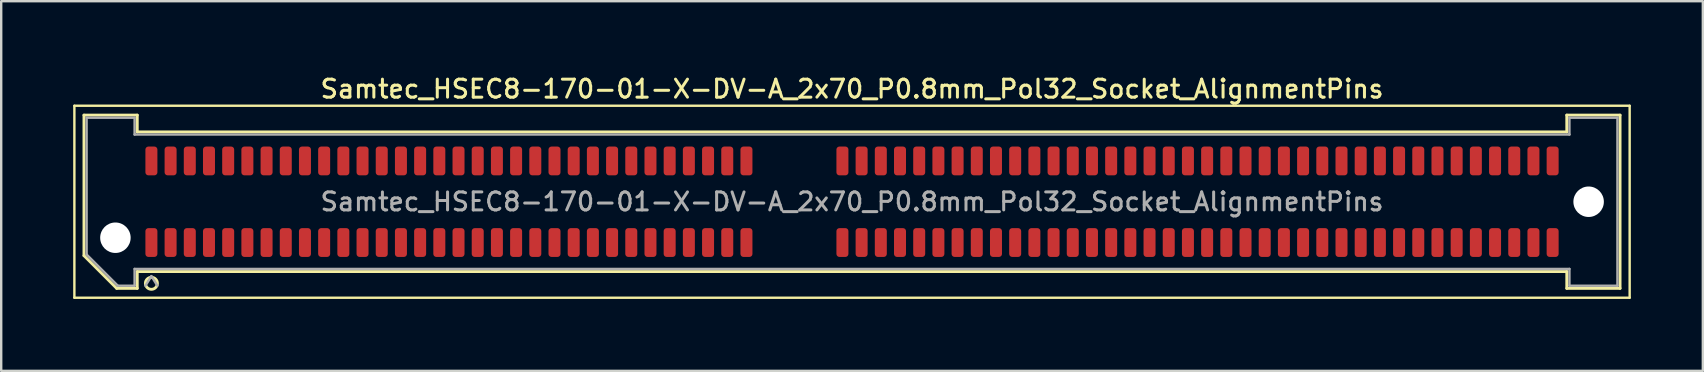
<source format=kicad_pcb>
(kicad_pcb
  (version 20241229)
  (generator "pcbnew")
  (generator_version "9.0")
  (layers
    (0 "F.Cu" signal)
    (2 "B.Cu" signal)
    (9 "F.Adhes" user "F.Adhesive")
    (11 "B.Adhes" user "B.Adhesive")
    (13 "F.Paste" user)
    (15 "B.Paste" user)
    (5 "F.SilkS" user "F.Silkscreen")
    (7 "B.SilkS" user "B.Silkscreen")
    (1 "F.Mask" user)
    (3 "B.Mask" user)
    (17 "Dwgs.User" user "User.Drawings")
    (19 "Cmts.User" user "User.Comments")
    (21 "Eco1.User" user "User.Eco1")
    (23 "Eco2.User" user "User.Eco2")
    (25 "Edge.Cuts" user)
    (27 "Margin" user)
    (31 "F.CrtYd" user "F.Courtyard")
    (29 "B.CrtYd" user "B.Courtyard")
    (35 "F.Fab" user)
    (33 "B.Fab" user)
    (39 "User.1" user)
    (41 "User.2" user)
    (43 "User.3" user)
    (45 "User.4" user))
  (footprint "Samtec_HSEC8-170-01-X-DV-A_2x70_P0.8mm_Pol32_Socket_AlignmentPins"
    (layer "F.Cu")
    (at 32.46 5.358)
    (property "Reference" "Samtec_HSEC8-170-01-X-DV-A_2x70_P0.8mm_Pol32_Socket_AlignmentPins" (at 0 -4.7 0) (layer "F.SilkS") (effects (font (size 0.75 0.75) (thickness 0.125))))
    (attr smd)
    (fp_line (start -32.41 -4) (end -32.41 4) (stroke (width 0.1) (type solid)) (layer "F.SilkS"))
    (fp_line (start -32.41 4) (end 32.41 4) (stroke (width 0.1) (type solid)) (layer "F.SilkS"))
    (fp_line (start -32.01 -3.61) (end -29.79 -3.61) (stroke (width 0.12) (type solid)) (layer "F.SilkS"))
    (fp_line (start -32.01 2.246) (end -32.01 -3.61) (stroke (width 0.12) (type solid)) (layer "F.SilkS"))
    (fp_line (start -30.646 3.61) (end -32.01 2.246) (stroke (width 0.12) (type solid)) (layer "F.SilkS"))
    (fp_line (start -29.79 -3.61) (end -29.79 -2.91) (stroke (width 0.12) (type solid)) (layer "F.SilkS"))
    (fp_line (start -29.79 -2.91) (end 29.79 -2.91) (stroke (width 0.12) (type solid)) (layer "F.SilkS"))
    (fp_line (start -29.79 2.91) (end -29.79 3.61) (stroke (width 0.12) (type solid)) (layer "F.SilkS"))
    (fp_line (start -29.79 3.61) (end -30.646 3.61) (stroke (width 0.12) (type solid)) (layer "F.SilkS"))
    (fp_line (start 29.79 -3.61) (end 32.01 -3.61) (stroke (width 0.12) (type solid)) (layer "F.SilkS"))
    (fp_line (start 29.79 -2.91) (end 29.79 -3.61) (stroke (width 0.12) (type solid)) (layer "F.SilkS"))
    (fp_line (start 29.79 2.91) (end -29.79 2.91) (stroke (width 0.12) (type solid)) (layer "F.SilkS"))
    (fp_line (start 29.79 3.61) (end 29.79 2.91) (stroke (width 0.12) (type solid)) (layer "F.SilkS"))
    (fp_line (start 32.01 -3.61) (end 32.01 3.61) (stroke (width 0.12) (type solid)) (layer "F.SilkS"))
    (fp_line (start 32.01 3.61) (end 29.79 3.61) (stroke (width 0.12) (type solid)) (layer "F.SilkS"))
    (fp_line (start 32.41 -4) (end -32.41 -4) (stroke (width 0.1) (type solid)) (layer "F.SilkS"))
    (fp_line (start 32.41 4) (end 32.41 -4) (stroke (width 0.1) (type solid)) (layer "F.SilkS"))
    (fp_arc (start -28.95 3.4) (mid -29.45 3.4) (end -28.95 3.4) (stroke (width 0.12) (type solid)) (layer "F.SilkS"))
    (fp_line (start -31.9 -3.5) (end -29.9 -3.5) (stroke (width 0.1) (type solid)) (layer "F.Fab"))
    (fp_line (start -31.9 2.2) (end -31.9 -3.5) (stroke (width 0.1) (type solid)) (layer "F.Fab"))
    (fp_line (start -30.6 3.5) (end -31.9 2.2) (stroke (width 0.1) (type solid)) (layer "F.Fab"))
    (fp_line (start -29.9 -3.5) (end -29.9 -2.8) (stroke (width 0.1) (type solid)) (layer "F.Fab"))
    (fp_line (start -29.9 -2.8) (end 29.9 -2.8) (stroke (width 0.1) (type solid)) (layer "F.Fab"))
    (fp_line (start -29.9 2.8) (end -29.9 3.5) (stroke (width 0.1) (type solid)) (layer "F.Fab"))
    (fp_line (start -29.9 3.5) (end -30.6 3.5) (stroke (width 0.1) (type solid)) (layer "F.Fab"))
    (fp_line (start -29.2 3.1) (end -29.45 3.5) (stroke (width 0.1) (type solid)) (layer "F.Fab"))
    (fp_line (start -29.2 3.1) (end -28.95 3.5) (stroke (width 0.1) (type solid)) (layer "F.Fab"))
    (fp_line (start 29.9 -3.5) (end 31.9 -3.5) (stroke (width 0.1) (type solid)) (layer "F.Fab"))
    (fp_line (start 29.9 -2.8) (end 29.9 -3.5) (stroke (width 0.1) (type solid)) (layer "F.Fab"))
    (fp_line (start 29.9 2.8) (end -29.9 2.8) (stroke (width 0.1) (type solid)) (layer "F.Fab"))
    (fp_line (start 29.9 3.5) (end 29.9 2.8) (stroke (width 0.1) (type solid)) (layer "F.Fab"))
    (fp_line (start 31.9 -3.5) (end 31.9 3.5) (stroke (width 0.1) (type solid)) (layer "F.Fab"))
    (fp_line (start 31.9 3.5) (end 29.9 3.5) (stroke (width 0.1) (type solid)) (layer "F.Fab"))
    (fp_text user "${REFERENCE}" (at 0 0 0) (layer "F.Fab") (effects (font (size 0.75 0.75) (thickness 0.125))))
    (pad "" np_thru_hole circle (at -30.7 1.5) (size 1.27 1.27) (drill 1.27) (layers "*.Cu" "*.Mask"))
    (pad "" np_thru_hole circle (at 30.7 0) (size 1.27 1.27) (drill 1.27) (layers "*.Cu" "*.Mask"))
    (pad "1" smd roundrect (at -29.2 1.7) (size 0.5 1.2) (layers "F.Cu" "F.Mask" "F.Paste") (roundrect_rratio 0.25))
    (pad "2" smd roundrect (at -29.2 -1.7) (size 0.5 1.2) (layers "F.Cu" "F.Mask" "F.Paste") (roundrect_rratio 0.25))
    (pad "3" smd roundrect (at -28.4 1.7) (size 0.5 1.2) (layers "F.Cu" "F.Mask" "F.Paste") (roundrect_rratio 0.25))
    (pad "4" smd roundrect (at -28.4 -1.7) (size 0.5 1.2) (layers "F.Cu" "F.Mask" "F.Paste") (roundrect_rratio 0.25))
    (pad "5" smd roundrect (at -27.6 1.7) (size 0.5 1.2) (layers "F.Cu" "F.Mask" "F.Paste") (roundrect_rratio 0.25))
    (pad "6" smd roundrect (at -27.6 -1.7) (size 0.5 1.2) (layers "F.Cu" "F.Mask" "F.Paste") (roundrect_rratio 0.25))
    (pad "7" smd roundrect (at -26.8 1.7) (size 0.5 1.2) (layers "F.Cu" "F.Mask" "F.Paste") (roundrect_rratio 0.25))
    (pad "8" smd roundrect (at -26.8 -1.7) (size 0.5 1.2) (layers "F.Cu" "F.Mask" "F.Paste") (roundrect_rratio 0.25))
    (pad "9" smd roundrect (at -26 1.7) (size 0.5 1.2) (layers "F.Cu" "F.Mask" "F.Paste") (roundrect_rratio 0.25))
    (pad "10" smd roundrect (at -26 -1.7) (size 0.5 1.2) (layers "F.Cu" "F.Mask" "F.Paste") (roundrect_rratio 0.25))
    (pad "11" smd roundrect (at -25.2 1.7) (size 0.5 1.2) (layers "F.Cu" "F.Mask" "F.Paste") (roundrect_rratio 0.25))
    (pad "12" smd roundrect (at -25.2 -1.7) (size 0.5 1.2) (layers "F.Cu" "F.Mask" "F.Paste") (roundrect_rratio 0.25))
    (pad "13" smd roundrect (at -24.4 1.7) (size 0.5 1.2) (layers "F.Cu" "F.Mask" "F.Paste") (roundrect_rratio 0.25))
    (pad "14" smd roundrect (at -24.4 -1.7) (size 0.5 1.2) (layers "F.Cu" "F.Mask" "F.Paste") (roundrect_rratio 0.25))
    (pad "15" smd roundrect (at -23.6 1.7) (size 0.5 1.2) (layers "F.Cu" "F.Mask" "F.Paste") (roundrect_rratio 0.25))
    (pad "16" smd roundrect (at -23.6 -1.7) (size 0.5 1.2) (layers "F.Cu" "F.Mask" "F.Paste") (roundrect_rratio 0.25))
    (pad "17" smd roundrect (at -22.8 1.7) (size 0.5 1.2) (layers "F.Cu" "F.Mask" "F.Paste") (roundrect_rratio 0.25))
    (pad "18" smd roundrect (at -22.8 -1.7) (size 0.5 1.2) (layers "F.Cu" "F.Mask" "F.Paste") (roundrect_rratio 0.25))
    (pad "19" smd roundrect (at -22 1.7) (size 0.5 1.2) (layers "F.Cu" "F.Mask" "F.Paste") (roundrect_rratio 0.25))
    (pad "20" smd roundrect (at -22 -1.7) (size 0.5 1.2) (layers "F.Cu" "F.Mask" "F.Paste") (roundrect_rratio 0.25))
    (pad "21" smd roundrect (at -21.2 1.7) (size 0.5 1.2) (layers "F.Cu" "F.Mask" "F.Paste") (roundrect_rratio 0.25))
    (pad "22" smd roundrect (at -21.2 -1.7) (size 0.5 1.2) (layers "F.Cu" "F.Mask" "F.Paste") (roundrect_rratio 0.25))
    (pad "23" smd roundrect (at -20.4 1.7) (size 0.5 1.2) (layers "F.Cu" "F.Mask" "F.Paste") (roundrect_rratio 0.25))
    (pad "24" smd roundrect (at -20.4 -1.7) (size 0.5 1.2) (layers "F.Cu" "F.Mask" "F.Paste") (roundrect_rratio 0.25))
    (pad "25" smd roundrect (at -19.6 1.7) (size 0.5 1.2) (layers "F.Cu" "F.Mask" "F.Paste") (roundrect_rratio 0.25))
    (pad "26" smd roundrect (at -19.6 -1.7) (size 0.5 1.2) (layers "F.Cu" "F.Mask" "F.Paste") (roundrect_rratio 0.25))
    (pad "27" smd roundrect (at -18.8 1.7) (size 0.5 1.2) (layers "F.Cu" "F.Mask" "F.Paste") (roundrect_rratio 0.25))
    (pad "28" smd roundrect (at -18.8 -1.7) (size 0.5 1.2) (layers "F.Cu" "F.Mask" "F.Paste") (roundrect_rratio 0.25))
    (pad "29" smd roundrect (at -18 1.7) (size 0.5 1.2) (layers "F.Cu" "F.Mask" "F.Paste") (roundrect_rratio 0.25))
    (pad "30" smd roundrect (at -18 -1.7) (size 0.5 1.2) (layers "F.Cu" "F.Mask" "F.Paste") (roundrect_rratio 0.25))
    (pad "31" smd roundrect (at -17.2 1.7) (size 0.5 1.2) (layers "F.Cu" "F.Mask" "F.Paste") (roundrect_rratio 0.25))
    (pad "32" smd roundrect (at -17.2 -1.7) (size 0.5 1.2) (layers "F.Cu" "F.Mask" "F.Paste") (roundrect_rratio 0.25))
    (pad "33" smd roundrect (at -16.4 1.7) (size 0.5 1.2) (layers "F.Cu" "F.Mask" "F.Paste") (roundrect_rratio 0.25))
    (pad "34" smd roundrect (at -16.4 -1.7) (size 0.5 1.2) (layers "F.Cu" "F.Mask" "F.Paste") (roundrect_rratio 0.25))
    (pad "35" smd roundrect (at -15.6 1.7) (size 0.5 1.2) (layers "F.Cu" "F.Mask" "F.Paste") (roundrect_rratio 0.25))
    (pad "36" smd roundrect (at -15.6 -1.7) (size 0.5 1.2) (layers "F.Cu" "F.Mask" "F.Paste") (roundrect_rratio 0.25))
    (pad "37" smd roundrect (at -14.8 1.7) (size 0.5 1.2) (layers "F.Cu" "F.Mask" "F.Paste") (roundrect_rratio 0.25))
    (pad "38" smd roundrect (at -14.8 -1.7) (size 0.5 1.2) (layers "F.Cu" "F.Mask" "F.Paste") (roundrect_rratio 0.25))
    (pad "39" smd roundrect (at -14 1.7) (size 0.5 1.2) (layers "F.Cu" "F.Mask" "F.Paste") (roundrect_rratio 0.25))
    (pad "40" smd roundrect (at -14 -1.7) (size 0.5 1.2) (layers "F.Cu" "F.Mask" "F.Paste") (roundrect_rratio 0.25))
    (pad "41" smd roundrect (at -13.2 1.7) (size 0.5 1.2) (layers "F.Cu" "F.Mask" "F.Paste") (roundrect_rratio 0.25))
    (pad "42" smd roundrect (at -13.2 -1.7) (size 0.5 1.2) (layers "F.Cu" "F.Mask" "F.Paste") (roundrect_rratio 0.25))
    (pad "43" smd roundrect (at -12.4 1.7) (size 0.5 1.2) (layers "F.Cu" "F.Mask" "F.Paste") (roundrect_rratio 0.25))
    (pad "44" smd roundrect (at -12.4 -1.7) (size 0.5 1.2) (layers "F.Cu" "F.Mask" "F.Paste") (roundrect_rratio 0.25))
    (pad "45" smd roundrect (at -11.6 1.7) (size 0.5 1.2) (layers "F.Cu" "F.Mask" "F.Paste") (roundrect_rratio 0.25))
    (pad "46" smd roundrect (at -11.6 -1.7) (size 0.5 1.2) (layers "F.Cu" "F.Mask" "F.Paste") (roundrect_rratio 0.25))
    (pad "47" smd roundrect (at -10.8 1.7) (size 0.5 1.2) (layers "F.Cu" "F.Mask" "F.Paste") (roundrect_rratio 0.25))
    (pad "48" smd roundrect (at -10.8 -1.7) (size 0.5 1.2) (layers "F.Cu" "F.Mask" "F.Paste") (roundrect_rratio 0.25))
    (pad "49" smd roundrect (at -10 1.7) (size 0.5 1.2) (layers "F.Cu" "F.Mask" "F.Paste") (roundrect_rratio 0.25))
    (pad "50" smd roundrect (at -10 -1.7) (size 0.5 1.2) (layers "F.Cu" "F.Mask" "F.Paste") (roundrect_rratio 0.25))
    (pad "51" smd roundrect (at -9.2 1.7) (size 0.5 1.2) (layers "F.Cu" "F.Mask" "F.Paste") (roundrect_rratio 0.25))
    (pad "52" smd roundrect (at -9.2 -1.7) (size 0.5 1.2) (layers "F.Cu" "F.Mask" "F.Paste") (roundrect_rratio 0.25))
    (pad "53" smd roundrect (at -8.4 1.7) (size 0.5 1.2) (layers "F.Cu" "F.Mask" "F.Paste") (roundrect_rratio 0.25))
    (pad "54" smd roundrect (at -8.4 -1.7) (size 0.5 1.2) (layers "F.Cu" "F.Mask" "F.Paste") (roundrect_rratio 0.25))
    (pad "55" smd roundrect (at -7.6 1.7) (size 0.5 1.2) (layers "F.Cu" "F.Mask" "F.Paste") (roundrect_rratio 0.25))
    (pad "56" smd roundrect (at -7.6 -1.7) (size 0.5 1.2) (layers "F.Cu" "F.Mask" "F.Paste") (roundrect_rratio 0.25))
    (pad "57" smd roundrect (at -6.8 1.7) (size 0.5 1.2) (layers "F.Cu" "F.Mask" "F.Paste") (roundrect_rratio 0.25))
    (pad "58" smd roundrect (at -6.8 -1.7) (size 0.5 1.2) (layers "F.Cu" "F.Mask" "F.Paste") (roundrect_rratio 0.25))
    (pad "59" smd roundrect (at -6 1.7) (size 0.5 1.2) (layers "F.Cu" "F.Mask" "F.Paste") (roundrect_rratio 0.25))
    (pad "60" smd roundrect (at -6 -1.7) (size 0.5 1.2) (layers "F.Cu" "F.Mask" "F.Paste") (roundrect_rratio 0.25))
    (pad "61" smd roundrect (at -5.2 1.7) (size 0.5 1.2) (layers "F.Cu" "F.Mask" "F.Paste") (roundrect_rratio 0.25))
    (pad "62" smd roundrect (at -5.2 -1.7) (size 0.5 1.2) (layers "F.Cu" "F.Mask" "F.Paste") (roundrect_rratio 0.25))
    (pad "63" smd roundrect (at -4.4 1.7) (size 0.5 1.2) (layers "F.Cu" "F.Mask" "F.Paste") (roundrect_rratio 0.25))
    (pad "64" smd roundrect (at -4.4 -1.7) (size 0.5 1.2) (layers "F.Cu" "F.Mask" "F.Paste") (roundrect_rratio 0.25))
    (pad "65" smd roundrect (at -0.4 1.7) (size 0.5 1.2) (layers "F.Cu" "F.Mask" "F.Paste") (roundrect_rratio 0.25))
    (pad "66" smd roundrect (at -0.4 -1.7) (size 0.5 1.2) (layers "F.Cu" "F.Mask" "F.Paste") (roundrect_rratio 0.25))
    (pad "67" smd roundrect (at 0.4 1.7) (size 0.5 1.2) (layers "F.Cu" "F.Mask" "F.Paste") (roundrect_rratio 0.25))
    (pad "68" smd roundrect (at 0.4 -1.7) (size 0.5 1.2) (layers "F.Cu" "F.Mask" "F.Paste") (roundrect_rratio 0.25))
    (pad "69" smd roundrect (at 1.2 1.7) (size 0.5 1.2) (layers "F.Cu" "F.Mask" "F.Paste") (roundrect_rratio 0.25))
    (pad "70" smd roundrect (at 1.2 -1.7) (size 0.5 1.2) (layers "F.Cu" "F.Mask" "F.Paste") (roundrect_rratio 0.25))
    (pad "71" smd roundrect (at 2 1.7) (size 0.5 1.2) (layers "F.Cu" "F.Mask" "F.Paste") (roundrect_rratio 0.25))
    (pad "72" smd roundrect (at 2 -1.7) (size 0.5 1.2) (layers "F.Cu" "F.Mask" "F.Paste") (roundrect_rratio 0.25))
    (pad "73" smd roundrect (at 2.8 1.7) (size 0.5 1.2) (layers "F.Cu" "F.Mask" "F.Paste") (roundrect_rratio 0.25))
    (pad "74" smd roundrect (at 2.8 -1.7) (size 0.5 1.2) (layers "F.Cu" "F.Mask" "F.Paste") (roundrect_rratio 0.25))
    (pad "75" smd roundrect (at 3.6 1.7) (size 0.5 1.2) (layers "F.Cu" "F.Mask" "F.Paste") (roundrect_rratio 0.25))
    (pad "76" smd roundrect (at 3.6 -1.7) (size 0.5 1.2) (layers "F.Cu" "F.Mask" "F.Paste") (roundrect_rratio 0.25))
    (pad "77" smd roundrect (at 4.4 1.7) (size 0.5 1.2) (layers "F.Cu" "F.Mask" "F.Paste") (roundrect_rratio 0.25))
    (pad "78" smd roundrect (at 4.4 -1.7) (size 0.5 1.2) (layers "F.Cu" "F.Mask" "F.Paste") (roundrect_rratio 0.25))
    (pad "79" smd roundrect (at 5.2 1.7) (size 0.5 1.2) (layers "F.Cu" "F.Mask" "F.Paste") (roundrect_rratio 0.25))
    (pad "80" smd roundrect (at 5.2 -1.7) (size 0.5 1.2) (layers "F.Cu" "F.Mask" "F.Paste") (roundrect_rratio 0.25))
    (pad "81" smd roundrect (at 6 1.7) (size 0.5 1.2) (layers "F.Cu" "F.Mask" "F.Paste") (roundrect_rratio 0.25))
    (pad "82" smd roundrect (at 6 -1.7) (size 0.5 1.2) (layers "F.Cu" "F.Mask" "F.Paste") (roundrect_rratio 0.25))
    (pad "83" smd roundrect (at 6.8 1.7) (size 0.5 1.2) (layers "F.Cu" "F.Mask" "F.Paste") (roundrect_rratio 0.25))
    (pad "84" smd roundrect (at 6.8 -1.7) (size 0.5 1.2) (layers "F.Cu" "F.Mask" "F.Paste") (roundrect_rratio 0.25))
    (pad "85" smd roundrect (at 7.6 1.7) (size 0.5 1.2) (layers "F.Cu" "F.Mask" "F.Paste") (roundrect_rratio 0.25))
    (pad "86" smd roundrect (at 7.6 -1.7) (size 0.5 1.2) (layers "F.Cu" "F.Mask" "F.Paste") (roundrect_rratio 0.25))
    (pad "87" smd roundrect (at 8.4 1.7) (size 0.5 1.2) (layers "F.Cu" "F.Mask" "F.Paste") (roundrect_rratio 0.25))
    (pad "88" smd roundrect (at 8.4 -1.7) (size 0.5 1.2) (layers "F.Cu" "F.Mask" "F.Paste") (roundrect_rratio 0.25))
    (pad "89" smd roundrect (at 9.2 1.7) (size 0.5 1.2) (layers "F.Cu" "F.Mask" "F.Paste") (roundrect_rratio 0.25))
    (pad "90" smd roundrect (at 9.2 -1.7) (size 0.5 1.2) (layers "F.Cu" "F.Mask" "F.Paste") (roundrect_rratio 0.25))
    (pad "91" smd roundrect (at 10 1.7) (size 0.5 1.2) (layers "F.Cu" "F.Mask" "F.Paste") (roundrect_rratio 0.25))
    (pad "92" smd roundrect (at 10 -1.7) (size 0.5 1.2) (layers "F.Cu" "F.Mask" "F.Paste") (roundrect_rratio 0.25))
    (pad "93" smd roundrect (at 10.8 1.7) (size 0.5 1.2) (layers "F.Cu" "F.Mask" "F.Paste") (roundrect_rratio 0.25))
    (pad "94" smd roundrect (at 10.8 -1.7) (size 0.5 1.2) (layers "F.Cu" "F.Mask" "F.Paste") (roundrect_rratio 0.25))
    (pad "95" smd roundrect (at 11.6 1.7) (size 0.5 1.2) (layers "F.Cu" "F.Mask" "F.Paste") (roundrect_rratio 0.25))
    (pad "96" smd roundrect (at 11.6 -1.7) (size 0.5 1.2) (layers "F.Cu" "F.Mask" "F.Paste") (roundrect_rratio 0.25))
    (pad "97" smd roundrect (at 12.4 1.7) (size 0.5 1.2) (layers "F.Cu" "F.Mask" "F.Paste") (roundrect_rratio 0.25))
    (pad "98" smd roundrect (at 12.4 -1.7) (size 0.5 1.2) (layers "F.Cu" "F.Mask" "F.Paste") (roundrect_rratio 0.25))
    (pad "99" smd roundrect (at 13.2 1.7) (size 0.5 1.2) (layers "F.Cu" "F.Mask" "F.Paste") (roundrect_rratio 0.25))
    (pad "100" smd roundrect (at 13.2 -1.7) (size 0.5 1.2) (layers "F.Cu" "F.Mask" "F.Paste") (roundrect_rratio 0.25))
    (pad "101" smd roundrect (at 14 1.7) (size 0.5 1.2) (layers "F.Cu" "F.Mask" "F.Paste") (roundrect_rratio 0.25))
    (pad "102" smd roundrect (at 14 -1.7) (size 0.5 1.2) (layers "F.Cu" "F.Mask" "F.Paste") (roundrect_rratio 0.25))
    (pad "103" smd roundrect (at 14.8 1.7) (size 0.5 1.2) (layers "F.Cu" "F.Mask" "F.Paste") (roundrect_rratio 0.25))
    (pad "104" smd roundrect (at 14.8 -1.7) (size 0.5 1.2) (layers "F.Cu" "F.Mask" "F.Paste") (roundrect_rratio 0.25))
    (pad "105" smd roundrect (at 15.6 1.7) (size 0.5 1.2) (layers "F.Cu" "F.Mask" "F.Paste") (roundrect_rratio 0.25))
    (pad "106" smd roundrect (at 15.6 -1.7) (size 0.5 1.2) (layers "F.Cu" "F.Mask" "F.Paste") (roundrect_rratio 0.25))
    (pad "107" smd roundrect (at 16.4 1.7) (size 0.5 1.2) (layers "F.Cu" "F.Mask" "F.Paste") (roundrect_rratio 0.25))
    (pad "108" smd roundrect (at 16.4 -1.7) (size 0.5 1.2) (layers "F.Cu" "F.Mask" "F.Paste") (roundrect_rratio 0.25))
    (pad "109" smd roundrect (at 17.2 1.7) (size 0.5 1.2) (layers "F.Cu" "F.Mask" "F.Paste") (roundrect_rratio 0.25))
    (pad "110" smd roundrect (at 17.2 -1.7) (size 0.5 1.2) (layers "F.Cu" "F.Mask" "F.Paste") (roundrect_rratio 0.25))
    (pad "111" smd roundrect (at 18 1.7) (size 0.5 1.2) (layers "F.Cu" "F.Mask" "F.Paste") (roundrect_rratio 0.25))
    (pad "112" smd roundrect (at 18 -1.7) (size 0.5 1.2) (layers "F.Cu" "F.Mask" "F.Paste") (roundrect_rratio 0.25))
    (pad "113" smd roundrect (at 18.8 1.7) (size 0.5 1.2) (layers "F.Cu" "F.Mask" "F.Paste") (roundrect_rratio 0.25))
    (pad "114" smd roundrect (at 18.8 -1.7) (size 0.5 1.2) (layers "F.Cu" "F.Mask" "F.Paste") (roundrect_rratio 0.25))
    (pad "115" smd roundrect (at 19.6 1.7) (size 0.5 1.2) (layers "F.Cu" "F.Mask" "F.Paste") (roundrect_rratio 0.25))
    (pad "116" smd roundrect (at 19.6 -1.7) (size 0.5 1.2) (layers "F.Cu" "F.Mask" "F.Paste") (roundrect_rratio 0.25))
    (pad "117" smd roundrect (at 20.4 1.7) (size 0.5 1.2) (layers "F.Cu" "F.Mask" "F.Paste") (roundrect_rratio 0.25))
    (pad "118" smd roundrect (at 20.4 -1.7) (size 0.5 1.2) (layers "F.Cu" "F.Mask" "F.Paste") (roundrect_rratio 0.25))
    (pad "119" smd roundrect (at 21.2 1.7) (size 0.5 1.2) (layers "F.Cu" "F.Mask" "F.Paste") (roundrect_rratio 0.25))
    (pad "120" smd roundrect (at 21.2 -1.7) (size 0.5 1.2) (layers "F.Cu" "F.Mask" "F.Paste") (roundrect_rratio 0.25))
    (pad "121" smd roundrect (at 22 1.7) (size 0.5 1.2) (layers "F.Cu" "F.Mask" "F.Paste") (roundrect_rratio 0.25))
    (pad "122" smd roundrect (at 22 -1.7) (size 0.5 1.2) (layers "F.Cu" "F.Mask" "F.Paste") (roundrect_rratio 0.25))
    (pad "123" smd roundrect (at 22.8 1.7) (size 0.5 1.2) (layers "F.Cu" "F.Mask" "F.Paste") (roundrect_rratio 0.25))
    (pad "124" smd roundrect (at 22.8 -1.7) (size 0.5 1.2) (layers "F.Cu" "F.Mask" "F.Paste") (roundrect_rratio 0.25))
    (pad "125" smd roundrect (at 23.6 1.7) (size 0.5 1.2) (layers "F.Cu" "F.Mask" "F.Paste") (roundrect_rratio 0.25))
    (pad "126" smd roundrect (at 23.6 -1.7) (size 0.5 1.2) (layers "F.Cu" "F.Mask" "F.Paste") (roundrect_rratio 0.25))
    (pad "127" smd roundrect (at 24.4 1.7) (size 0.5 1.2) (layers "F.Cu" "F.Mask" "F.Paste") (roundrect_rratio 0.25))
    (pad "128" smd roundrect (at 24.4 -1.7) (size 0.5 1.2) (layers "F.Cu" "F.Mask" "F.Paste") (roundrect_rratio 0.25))
    (pad "129" smd roundrect (at 25.2 1.7) (size 0.5 1.2) (layers "F.Cu" "F.Mask" "F.Paste") (roundrect_rratio 0.25))
    (pad "130" smd roundrect (at 25.2 -1.7) (size 0.5 1.2) (layers "F.Cu" "F.Mask" "F.Paste") (roundrect_rratio 0.25))
    (pad "131" smd roundrect (at 26 1.7) (size 0.5 1.2) (layers "F.Cu" "F.Mask" "F.Paste") (roundrect_rratio 0.25))
    (pad "132" smd roundrect (at 26 -1.7) (size 0.5 1.2) (layers "F.Cu" "F.Mask" "F.Paste") (roundrect_rratio 0.25))
    (pad "133" smd roundrect (at 26.8 1.7) (size 0.5 1.2) (layers "F.Cu" "F.Mask" "F.Paste") (roundrect_rratio 0.25))
    (pad "134" smd roundrect (at 26.8 -1.7) (size 0.5 1.2) (layers "F.Cu" "F.Mask" "F.Paste") (roundrect_rratio 0.25))
    (pad "135" smd roundrect (at 27.6 1.7) (size 0.5 1.2) (layers "F.Cu" "F.Mask" "F.Paste") (roundrect_rratio 0.25))
    (pad "136" smd roundrect (at 27.6 -1.7) (size 0.5 1.2) (layers "F.Cu" "F.Mask" "F.Paste") (roundrect_rratio 0.25))
    (pad "137" smd roundrect (at 28.4 1.7) (size 0.5 1.2) (layers "F.Cu" "F.Mask" "F.Paste") (roundrect_rratio 0.25))
    (pad "138" smd roundrect (at 28.4 -1.7) (size 0.5 1.2) (layers "F.Cu" "F.Mask" "F.Paste") (roundrect_rratio 0.25))
    (pad "139" smd roundrect (at 29.2 1.7) (size 0.5 1.2) (layers "F.Cu" "F.Mask" "F.Paste") (roundrect_rratio 0.25))
    (pad "140" smd roundrect (at 29.2 -1.7) (size 0.5 1.2) (layers "F.Cu" "F.Mask" "F.Paste") (roundrect_rratio 0.25)))
  (gr_rect
    (start -3 -3)
    (end 67.92 12.408)
    (stroke (width 0.1) (type default))
    (fill no)
    (layer "Edge.Cuts")))
</source>
